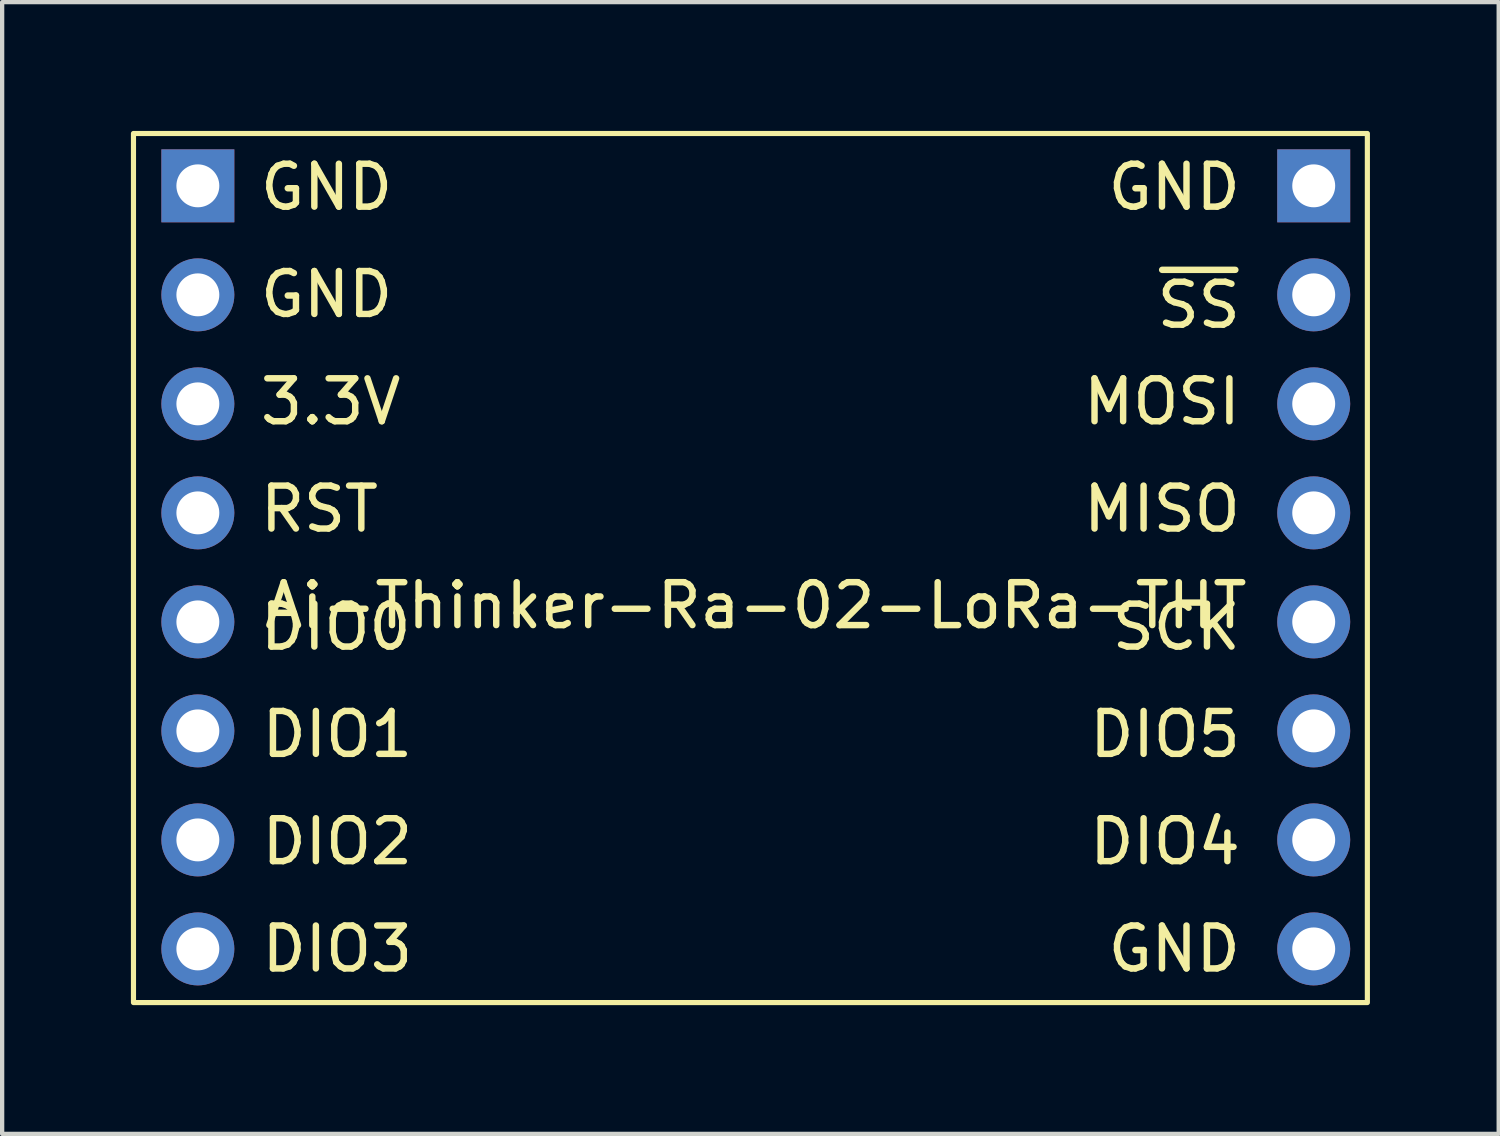
<source format=kicad_pcb>
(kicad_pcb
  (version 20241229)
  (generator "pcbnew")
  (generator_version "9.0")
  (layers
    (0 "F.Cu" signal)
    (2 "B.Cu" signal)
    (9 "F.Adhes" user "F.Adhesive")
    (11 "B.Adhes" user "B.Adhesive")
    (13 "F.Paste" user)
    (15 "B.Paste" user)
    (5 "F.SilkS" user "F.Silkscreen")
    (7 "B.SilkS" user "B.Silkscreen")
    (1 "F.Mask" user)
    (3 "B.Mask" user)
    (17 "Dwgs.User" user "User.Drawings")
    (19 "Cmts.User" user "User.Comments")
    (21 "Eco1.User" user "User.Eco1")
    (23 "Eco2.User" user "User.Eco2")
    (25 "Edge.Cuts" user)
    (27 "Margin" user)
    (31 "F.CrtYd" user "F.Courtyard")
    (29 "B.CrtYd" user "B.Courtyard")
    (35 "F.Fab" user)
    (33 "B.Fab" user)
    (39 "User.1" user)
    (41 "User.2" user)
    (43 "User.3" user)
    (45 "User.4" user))
  (footprint "Ai-Thinker-Ra-02-LoRa-THT"
    (layer "F.Cu")
    (at 14.56 12.06)
    (property "Reference" "Ai-Thinker-Ra-02-LoRa-THT" (at 0 -1 0) (layer "F.SilkS") (effects (font (size 1 1) (thickness 0.15))))
    (attr through_hole)
    (fp_rect (start -14.5 -12) (end 14.25 8.25) (stroke (width 0.12) (type solid)) (fill no) (layer "F.SilkS"))
    (fp_text user "DIO5" (at 9.536 2 0) (unlocked yes) (layer "F.SilkS") (effects (font (size 1 1) (thickness 0.15))))
    (fp_text user "DIO0" (at -9.786 -0.5 0) (unlocked yes) (layer "F.SilkS") (effects (font (size 1 1) (thickness 0.15))))
    (fp_text user "DIO4" (at 9.536 4.5 0) (unlocked yes) (layer "F.SilkS") (effects (font (size 1 1) (thickness 0.15))))
    (fp_text user "GND" (at -10 -10.75 0) (unlocked yes) (layer "F.SilkS") (effects (font (size 1 1) (thickness 0.15))))
    (fp_text user "DIO2" (at -9.75 4.5 0) (unlocked yes) (layer "F.SilkS") (effects (font (size 1 1) (thickness 0.15))))
    (fp_text user "DIO1" (at -9.75 2 0) (unlocked yes) (layer "F.SilkS") (effects (font (size 1 1) (thickness 0.15))))
    (fp_text user "GND" (at -10 -8.25 0) (unlocked yes) (layer "F.SilkS") (effects (font (size 1 1) (thickness 0.15))))
    (fp_text user "GND" (at 9.75 7 0) (unlocked yes) (layer "F.SilkS") (effects (font (size 1 1) (thickness 0.15))))
    (fp_text user "~{SS}" (at 10.321 -8 0) (unlocked yes) (layer "F.SilkS") (effects (font (size 1 1) (thickness 0.15))))
    (fp_text user "3.3V" (at -9.905 -5.75 0) (unlocked yes) (layer "F.SilkS") (effects (font (size 1 1) (thickness 0.15))))
    (fp_text user "RST" (at -10.167 -3.25 0) (unlocked yes) (layer "F.SilkS") (effects (font (size 1 1) (thickness 0.15))))
    (fp_text user "DIO3" (at -9.75 7 0) (unlocked yes) (layer "F.SilkS") (effects (font (size 1 1) (thickness 0.15))))
    (fp_text user "MOSI" (at 9.464 -5.75 0) (unlocked yes) (layer "F.SilkS") (effects (font (size 1 1) (thickness 0.15))))
    (fp_text user "GND" (at 9.75 -10.75 0) (unlocked yes) (layer "F.SilkS") (effects (font (size 1 1) (thickness 0.15))))
    (fp_text user "SCK" (at 9.798 -0.5 0) (unlocked yes) (layer "F.SilkS") (effects (font (size 1 1) (thickness 0.15))))
    (fp_text user "MISO" (at 9.464 -3.25 0) (unlocked yes) (layer "F.SilkS") (effects (font (size 1 1) (thickness 0.15))))
    (pad "2" thru_hole rect (at -13 -10.78) (size 1.7 1.7) (drill 1) (layers "*.Cu" "*.Mask"))
    (pad "2" thru_hole oval (at -13 -8.24) (size 1.7 1.7) (drill 1) (layers "*.Cu" "*.Mask"))
    (pad "2" thru_hole oval (at 13 7) (size 1.7 1.7) (drill 1) (layers "*.Cu" "*.Mask"))
    (pad "3" thru_hole oval (at -13 -5.7) (size 1.7 1.7) (drill 1) (layers "*.Cu" "*.Mask"))
    (pad "4" thru_hole oval (at -13 -3.16) (size 1.7 1.7) (drill 1) (layers "*.Cu" "*.Mask"))
    (pad "5" thru_hole oval (at -13 -0.62) (size 1.7 1.7) (drill 1) (layers "*.Cu" "*.Mask"))
    (pad "6" thru_hole oval (at -13 1.92) (size 1.7 1.7) (drill 1) (layers "*.Cu" "*.Mask"))
    (pad "7" thru_hole oval (at -13 4.46) (size 1.7 1.7) (drill 1) (layers "*.Cu" "*.Mask"))
    (pad "8" thru_hole oval (at -13 7) (size 1.7 1.7) (drill 1) (layers "*.Cu" "*.Mask"))
    (pad "10" thru_hole oval (at 13 4.46) (size 1.7 1.7) (drill 1) (layers "*.Cu" "*.Mask"))
    (pad "11" thru_hole oval (at 13 1.92) (size 1.7 1.7) (drill 1) (layers "*.Cu" "*.Mask"))
    (pad "12" thru_hole oval (at 13 -0.62) (size 1.7 1.7) (drill 1) (layers "*.Cu" "*.Mask"))
    (pad "13" thru_hole oval (at 13 -3.16) (size 1.7 1.7) (drill 1) (layers "*.Cu" "*.Mask"))
    (pad "14" thru_hole oval (at 13 -5.7) (size 1.7 1.7) (drill 1) (layers "*.Cu" "*.Mask"))
    (pad "15" thru_hole oval (at 13 -8.24) (size 1.7 1.7) (drill 1) (layers "*.Cu" "*.Mask"))
    (pad "16" thru_hole rect (at 13 -10.78) (size 1.7 1.7) (drill 1) (layers "*.Cu" "*.Mask")))
  (gr_rect
    (start -3 -3)
    (end 31.87 23.37)
    (stroke (width 0.1) (type default))
    (fill no)
    (layer "Edge.Cuts")))
</source>
